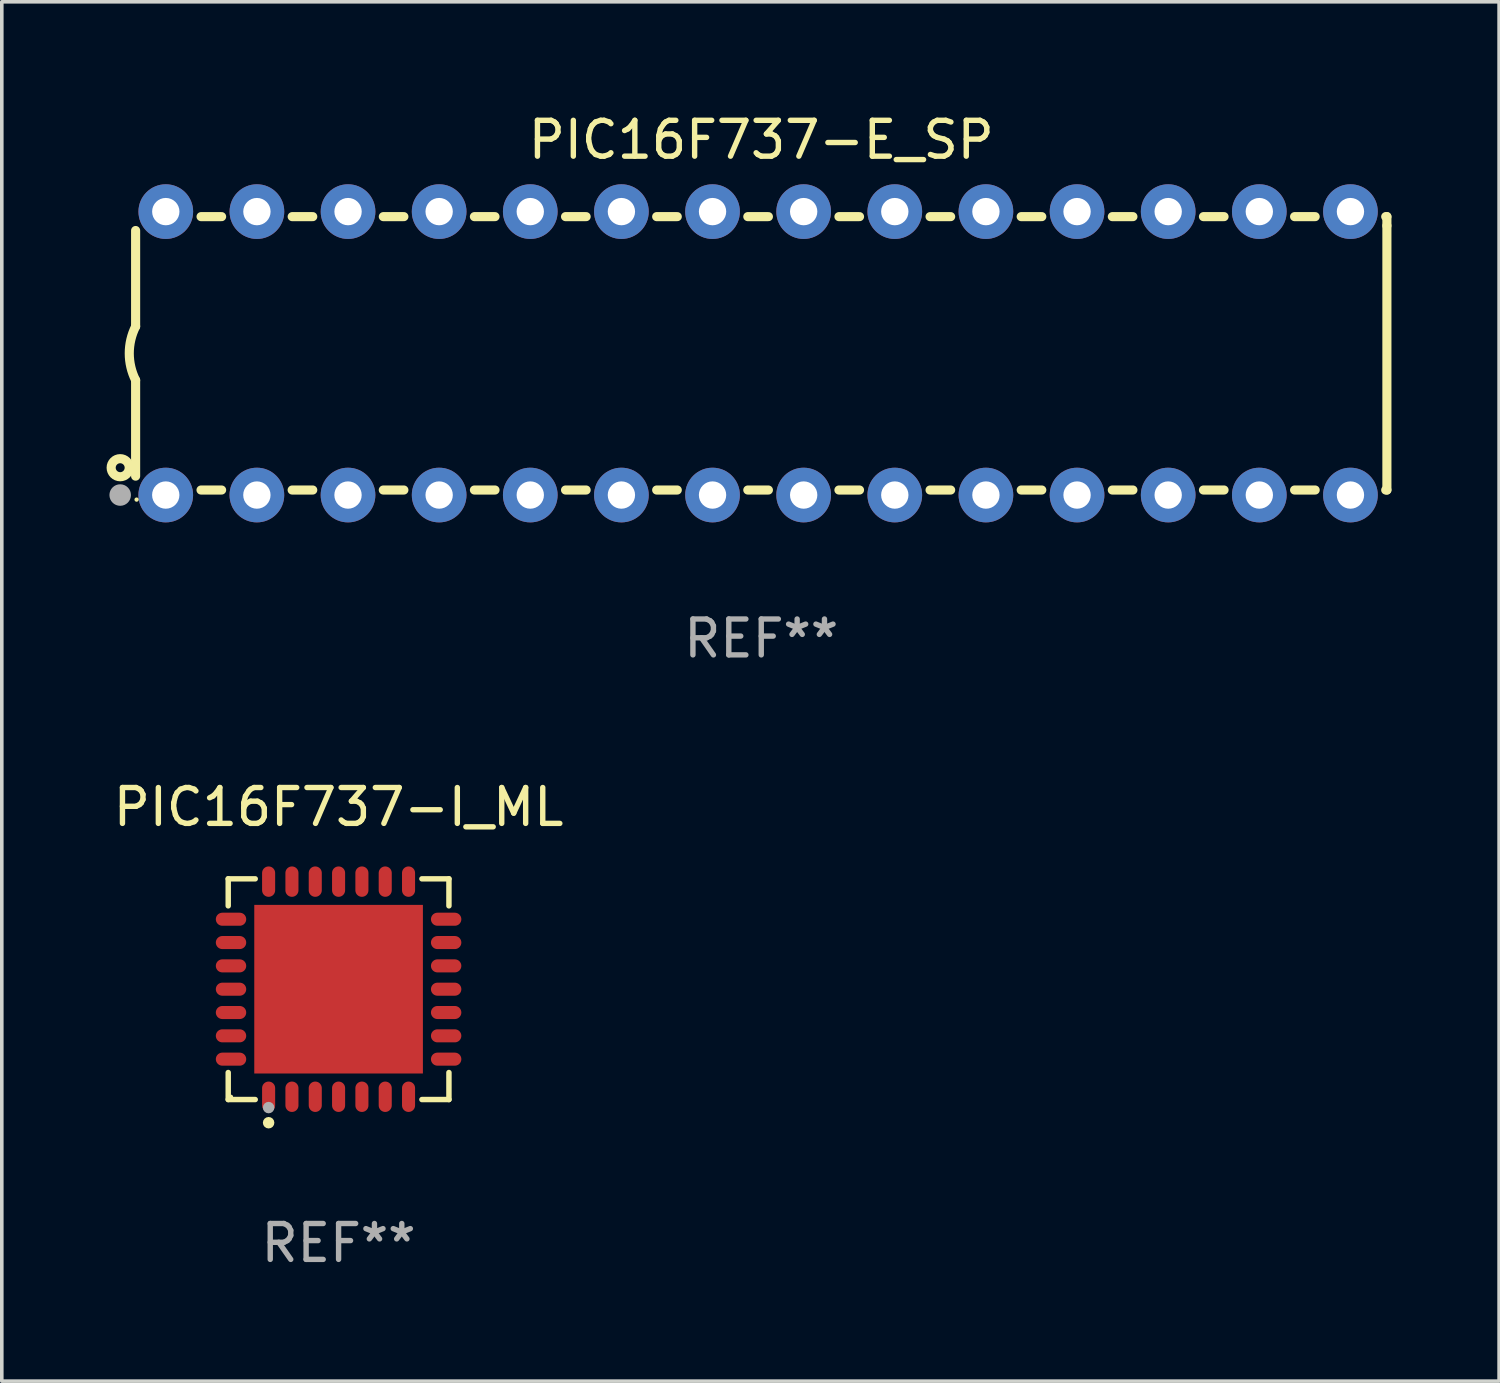
<source format=kicad_pcb>
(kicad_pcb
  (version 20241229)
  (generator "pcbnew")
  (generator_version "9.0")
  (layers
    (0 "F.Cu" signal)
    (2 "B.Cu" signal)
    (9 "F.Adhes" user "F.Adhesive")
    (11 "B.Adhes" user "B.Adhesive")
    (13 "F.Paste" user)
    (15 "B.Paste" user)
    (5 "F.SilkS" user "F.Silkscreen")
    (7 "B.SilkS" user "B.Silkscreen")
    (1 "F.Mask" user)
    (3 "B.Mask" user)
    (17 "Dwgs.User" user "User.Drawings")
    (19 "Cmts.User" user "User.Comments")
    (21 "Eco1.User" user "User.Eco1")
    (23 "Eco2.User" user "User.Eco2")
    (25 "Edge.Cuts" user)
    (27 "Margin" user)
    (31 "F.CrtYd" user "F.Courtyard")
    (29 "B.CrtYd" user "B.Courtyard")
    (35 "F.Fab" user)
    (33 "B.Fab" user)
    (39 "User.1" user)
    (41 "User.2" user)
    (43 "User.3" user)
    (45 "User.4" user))
  (footprint "PIC16F737-I_ML"
    (layer "F.Cu")
    (at 6.387 24.521)
    (property "Reference" "PIC16F737-I_ML" (at 0 -5.076 0) (layer "F.SilkS") (effects (font (size 1 1) (thickness 0.15))))
    (attr through_hole)
    (fp_line (start -3.076 -3.076) (end -2.323 -3.076) (stroke (width 0.152) (type solid)) (layer "F.SilkS"))
    (fp_line (start -3.076 -2.323) (end -3.076 -3.076) (stroke (width 0.152) (type solid)) (layer "F.SilkS"))
    (fp_line (start -3.076 2.323) (end -3.076 3.076) (stroke (width 0.152) (type solid)) (layer "F.SilkS"))
    (fp_line (start -3.076 3.076) (end -2.323 3.076) (stroke (width 0.152) (type solid)) (layer "F.SilkS"))
    (fp_line (start 3.076 -3.076) (end 2.323 -3.076) (stroke (width 0.152) (type solid)) (layer "F.SilkS"))
    (fp_line (start 3.076 -2.323) (end 3.076 -3.076) (stroke (width 0.152) (type solid)) (layer "F.SilkS"))
    (fp_line (start 3.076 2.323) (end 3.076 3.076) (stroke (width 0.152) (type solid)) (layer "F.SilkS"))
    (fp_line (start 3.076 3.076) (end 2.323 3.076) (stroke (width 0.152) (type solid)) (layer "F.SilkS"))
    (fp_circle (center -3 3) (end -2.97 3) (stroke (width 0.06) (type solid)) (fill no) (layer "F.SilkS"))
    (fp_circle (center -1.95 3.722) (end -1.87 3.722) (stroke (width 0.16) (type solid)) (fill no) (layer "F.SilkS"))
    (fp_circle (center -1.95 3.3) (end -1.87 3.3) (stroke (width 0.16) (type solid)) (fill no) (layer "F.Fab"))
    (fp_text user "REF**" (at 0 7.076 0) (layer "F.Fab") (effects (font (size 1 1) (thickness 0.15))))
    (pad "1" smd oval (at -1.95 2.998) (size 0.364 0.847) (layers "F.Cu" "F.Mask" "F.Paste"))
    (pad "2" smd oval (at -1.3 2.998) (size 0.364 0.847) (layers "F.Cu" "F.Mask" "F.Paste"))
    (pad "3" smd oval (at -0.65 2.998) (size 0.364 0.847) (layers "F.Cu" "F.Mask" "F.Paste"))
    (pad "4" smd oval (at 0 2.998) (size 0.364 0.847) (layers "F.Cu" "F.Mask" "F.Paste"))
    (pad "5" smd oval (at 0.65 2.998) (size 0.364 0.847) (layers "F.Cu" "F.Mask" "F.Paste"))
    (pad "6" smd oval (at 1.3 2.998) (size 0.364 0.847) (layers "F.Cu" "F.Mask" "F.Paste"))
    (pad "7" smd oval (at 1.95 2.998) (size 0.364 0.847) (layers "F.Cu" "F.Mask" "F.Paste"))
    (pad "8" smd oval (at 2.998 1.95) (size 0.847 0.364) (layers "F.Cu" "F.Mask" "F.Paste"))
    (pad "9" smd oval (at 2.998 1.3) (size 0.847 0.364) (layers "F.Cu" "F.Mask" "F.Paste"))
    (pad "10" smd oval (at 2.998 0.65) (size 0.847 0.364) (layers "F.Cu" "F.Mask" "F.Paste"))
    (pad "11" smd oval (at 2.998 0) (size 0.847 0.364) (layers "F.Cu" "F.Mask" "F.Paste"))
    (pad "12" smd oval (at 2.998 -0.65) (size 0.847 0.364) (layers "F.Cu" "F.Mask" "F.Paste"))
    (pad "13" smd oval (at 2.998 -1.3) (size 0.847 0.364) (layers "F.Cu" "F.Mask" "F.Paste"))
    (pad "14" smd oval (at 2.998 -1.95) (size 0.847 0.364) (layers "F.Cu" "F.Mask" "F.Paste"))
    (pad "15" smd oval (at 1.95 -2.998) (size 0.364 0.847) (layers "F.Cu" "F.Mask" "F.Paste"))
    (pad "16" smd oval (at 1.3 -2.998) (size 0.364 0.847) (layers "F.Cu" "F.Mask" "F.Paste"))
    (pad "17" smd oval (at 0.65 -2.998) (size 0.364 0.847) (layers "F.Cu" "F.Mask" "F.Paste"))
    (pad "18" smd oval (at 0 -2.998) (size 0.364 0.847) (layers "F.Cu" "F.Mask" "F.Paste"))
    (pad "19" smd oval (at -0.65 -2.998) (size 0.364 0.847) (layers "F.Cu" "F.Mask" "F.Paste"))
    (pad "20" smd oval (at -1.3 -2.998) (size 0.364 0.847) (layers "F.Cu" "F.Mask" "F.Paste"))
    (pad "21" smd oval (at -1.95 -2.998) (size 0.364 0.847) (layers "F.Cu" "F.Mask" "F.Paste"))
    (pad "22" smd oval (at -2.998 -1.95) (size 0.847 0.364) (layers "F.Cu" "F.Mask" "F.Paste"))
    (pad "23" smd oval (at -2.998 -1.3) (size 0.847 0.364) (layers "F.Cu" "F.Mask" "F.Paste"))
    (pad "24" smd oval (at -2.998 -0.65) (size 0.847 0.364) (layers "F.Cu" "F.Mask" "F.Paste"))
    (pad "25" smd oval (at -2.998 0) (size 0.847 0.364) (layers "F.Cu" "F.Mask" "F.Paste"))
    (pad "26" smd oval (at -2.998 0.65) (size 0.847 0.364) (layers "F.Cu" "F.Mask" "F.Paste"))
    (pad "27" smd oval (at -2.998 1.3) (size 0.847 0.364) (layers "F.Cu" "F.Mask" "F.Paste"))
    (pad "28" smd oval (at -2.998 1.95) (size 0.847 0.364) (layers "F.Cu" "F.Mask" "F.Paste"))
    (pad "29" smd rect (at 0 0) (size 4.7 4.7) (layers "F.Cu" "F.Mask" "F.Paste")))
  (footprint "PIC16F737-E_SP"
    (layer "F.Cu")
    (at 18.168 6.798)
    (property "Reference" "PIC16F737-E_SP" (at 0 -5.95 0) (layer "F.SilkS") (effects (font (size 1 1) (thickness 0.15))))
    (attr through_hole)
    (fp_line (start -17.438 0.75) (end -17.438 3.423) (stroke (width 0.254) (type solid)) (layer "F.SilkS"))
    (fp_line (start -17.438 -3.423) (end -17.438 -0.75) (stroke (width 0.254) (type solid)) (layer "F.SilkS"))
    (fp_line (start -15.615 3.81) (end -15.041 3.81) (stroke (width 0.254) (type solid)) (layer "F.SilkS"))
    (fp_line (start -15.041 -3.81) (end -15.614 -3.81) (stroke (width 0.254) (type solid)) (layer "F.SilkS"))
    (fp_line (start -13.075 3.81) (end -12.501 3.81) (stroke (width 0.254) (type solid)) (layer "F.SilkS"))
    (fp_line (start -12.501 -3.81) (end -13.074 -3.81) (stroke (width 0.254) (type solid)) (layer "F.SilkS"))
    (fp_line (start -10.535 3.81) (end -9.961 3.81) (stroke (width 0.254) (type solid)) (layer "F.SilkS"))
    (fp_line (start -9.961 -3.81) (end -10.534 -3.81) (stroke (width 0.254) (type solid)) (layer "F.SilkS"))
    (fp_line (start -7.995 3.81) (end -7.421 3.81) (stroke (width 0.254) (type solid)) (layer "F.SilkS"))
    (fp_line (start -7.421 -3.81) (end -7.995 -3.81) (stroke (width 0.254) (type solid)) (layer "F.SilkS"))
    (fp_line (start -5.455 3.81) (end -4.881 3.81) (stroke (width 0.254) (type solid)) (layer "F.SilkS"))
    (fp_line (start -4.881 -3.81) (end -5.455 -3.81) (stroke (width 0.254) (type solid)) (layer "F.SilkS"))
    (fp_line (start -2.915 3.81) (end -2.341 3.81) (stroke (width 0.254) (type solid)) (layer "F.SilkS"))
    (fp_line (start -2.341 -3.81) (end -2.915 -3.81) (stroke (width 0.254) (type solid)) (layer "F.SilkS"))
    (fp_line (start -0.375 3.81) (end 0.199 3.81) (stroke (width 0.254) (type solid)) (layer "F.SilkS"))
    (fp_line (start 0.199 -3.81) (end -0.375 -3.81) (stroke (width 0.254) (type solid)) (layer "F.SilkS"))
    (fp_line (start 2.165 3.81) (end 2.739 3.81) (stroke (width 0.254) (type solid)) (layer "F.SilkS"))
    (fp_line (start 2.739 -3.81) (end 2.165 -3.81) (stroke (width 0.254) (type solid)) (layer "F.SilkS"))
    (fp_line (start 4.705 3.81) (end 5.279 3.81) (stroke (width 0.254) (type solid)) (layer "F.SilkS"))
    (fp_line (start 5.279 -3.81) (end 4.705 -3.81) (stroke (width 0.254) (type solid)) (layer "F.SilkS"))
    (fp_line (start 7.245 3.81) (end 7.819 3.81) (stroke (width 0.254) (type solid)) (layer "F.SilkS"))
    (fp_line (start 7.819 -3.81) (end 7.245 -3.81) (stroke (width 0.254) (type solid)) (layer "F.SilkS"))
    (fp_line (start 9.785 3.81) (end 10.359 3.81) (stroke (width 0.254) (type solid)) (layer "F.SilkS"))
    (fp_line (start 10.359 -3.81) (end 9.785 -3.81) (stroke (width 0.254) (type solid)) (layer "F.SilkS"))
    (fp_line (start 12.325 3.81) (end 12.899 3.81) (stroke (width 0.254) (type solid)) (layer "F.SilkS"))
    (fp_line (start 12.899 -3.81) (end 12.325 -3.81) (stroke (width 0.254) (type solid)) (layer "F.SilkS"))
    (fp_line (start 14.865 3.81) (end 15.439 3.81) (stroke (width 0.254) (type solid)) (layer "F.SilkS"))
    (fp_line (start 15.439 -3.81) (end 14.865 -3.81) (stroke (width 0.254) (type solid)) (layer "F.SilkS"))
    (fp_line (start 17.405 3.81) (end 17.438 3.81) (stroke (width 0.254) (type solid)) (layer "F.SilkS"))
    (fp_line (start 17.438 -3.81) (end 17.405 -3.81) (stroke (width 0.254) (type solid)) (layer "F.SilkS"))
    (fp_line (start 17.438 -3.556) (end 17.438 -3.81) (stroke (width 0.254) (type solid)) (layer "F.SilkS"))
    (fp_line (start 17.438 3.81) (end 17.438 -3.556) (stroke (width 0.254) (type solid)) (layer "F.SilkS"))
    (fp_arc (start -17.437986 0.749657) (mid -17.614887 -0.000024) (end -17.437783 -0.749657) (stroke (width 0.254001) (type solid)) (layer "F.SilkS"))
    (fp_circle (center -17.868 3.188) (end -17.743 3.188) (stroke (width 0.254) (type solid)) (fill no) (layer "F.SilkS"))
    (fp_circle (center -17.411 4.077) (end -17.381 4.077) (stroke (width 0.06) (type solid)) (fill no) (layer "F.SilkS"))
    (fp_circle (center -17.868 3.95) (end -17.718 3.95) (stroke (width 0.3) (type solid)) (fill no) (layer "F.Fab"))
    (fp_text user "REF**" (at 0 7.95 0) (layer "F.Fab") (effects (font (size 1 1) (thickness 0.15))))
    (pad "1" thru_hole circle (at -16.598 3.95) (size 1.524 1.524) (drill 0.762) (layers "*.Cu" "*.Mask"))
    (pad "2" thru_hole circle (at -14.058 3.95) (size 1.524 1.524) (drill 0.762) (layers "*.Cu" "*.Mask"))
    (pad "3" thru_hole circle (at -11.518 3.95) (size 1.524 1.524) (drill 0.762) (layers "*.Cu" "*.Mask"))
    (pad "4" thru_hole circle (at -8.978 3.95) (size 1.524 1.524) (drill 0.762) (layers "*.Cu" "*.Mask"))
    (pad "5" thru_hole circle (at -6.438 3.95) (size 1.524 1.524) (drill 0.762) (layers "*.Cu" "*.Mask"))
    (pad "6" thru_hole circle (at -3.898 3.95) (size 1.524 1.524) (drill 0.762) (layers "*.Cu" "*.Mask"))
    (pad "7" thru_hole circle (at -1.358 3.95) (size 1.524 1.524) (drill 0.762) (layers "*.Cu" "*.Mask"))
    (pad "8" thru_hole circle (at 1.182 3.95) (size 1.524 1.524) (drill 0.762) (layers "*.Cu" "*.Mask"))
    (pad "9" thru_hole circle (at 3.722 3.95) (size 1.524 1.524) (drill 0.762) (layers "*.Cu" "*.Mask"))
    (pad "10" thru_hole circle (at 6.262 3.95) (size 1.524 1.524) (drill 0.762) (layers "*.Cu" "*.Mask"))
    (pad "11" thru_hole circle (at 8.802 3.95) (size 1.524 1.524) (drill 0.762) (layers "*.Cu" "*.Mask"))
    (pad "12" thru_hole circle (at 11.342 3.95) (size 1.524 1.524) (drill 0.762) (layers "*.Cu" "*.Mask"))
    (pad "13" thru_hole circle (at 13.882 3.95) (size 1.524 1.524) (drill 0.762) (layers "*.Cu" "*.Mask"))
    (pad "14" thru_hole circle (at 16.422 3.95) (size 1.524 1.524) (drill 0.762) (layers "*.Cu" "*.Mask"))
    (pad "15" thru_hole circle (at 16.422 -3.95) (size 1.524 1.524) (drill 0.762) (layers "*.Cu" "*.Mask"))
    (pad "16" thru_hole circle (at 13.882 -3.95) (size 1.524 1.524) (drill 0.762) (layers "*.Cu" "*.Mask"))
    (pad "17" thru_hole circle (at 11.342 -3.95) (size 1.524 1.524) (drill 0.762) (layers "*.Cu" "*.Mask"))
    (pad "18" thru_hole circle (at 8.802 -3.95) (size 1.524 1.524) (drill 0.762) (layers "*.Cu" "*.Mask"))
    (pad "19" thru_hole circle (at 6.262 -3.95) (size 1.524 1.524) (drill 0.762) (layers "*.Cu" "*.Mask"))
    (pad "20" thru_hole circle (at 3.722 -3.95) (size 1.524 1.524) (drill 0.762) (layers "*.Cu" "*.Mask"))
    (pad "21" thru_hole circle (at 1.182 -3.95) (size 1.524 1.524) (drill 0.762) (layers "*.Cu" "*.Mask"))
    (pad "22" thru_hole circle (at -1.358 -3.95) (size 1.524 1.524) (drill 0.762) (layers "*.Cu" "*.Mask"))
    (pad "23" thru_hole circle (at -3.898 -3.95) (size 1.524 1.524) (drill 0.762) (layers "*.Cu" "*.Mask"))
    (pad "24" thru_hole circle (at -6.438 -3.95) (size 1.524 1.524) (drill 0.762) (layers "*.Cu" "*.Mask"))
    (pad "25" thru_hole circle (at -8.978 -3.95) (size 1.524 1.524) (drill 0.762) (layers "*.Cu" "*.Mask"))
    (pad "26" thru_hole circle (at -11.517 -3.95) (size 1.524 1.524) (drill 0.762) (layers "*.Cu" "*.Mask"))
    (pad "27" thru_hole circle (at -14.057 -3.95) (size 1.524 1.524) (drill 0.762) (layers "*.Cu" "*.Mask"))
    (pad "28" thru_hole circle (at -16.597 -3.95) (size 1.524 1.524) (drill 0.762) (layers "*.Cu" "*.Mask")))
  (gr_rect
    (start -3 -3)
    (end 38.733 35.445)
    (stroke (width 0.1) (type default))
    (fill no)
    (layer "Edge.Cuts")))
</source>
